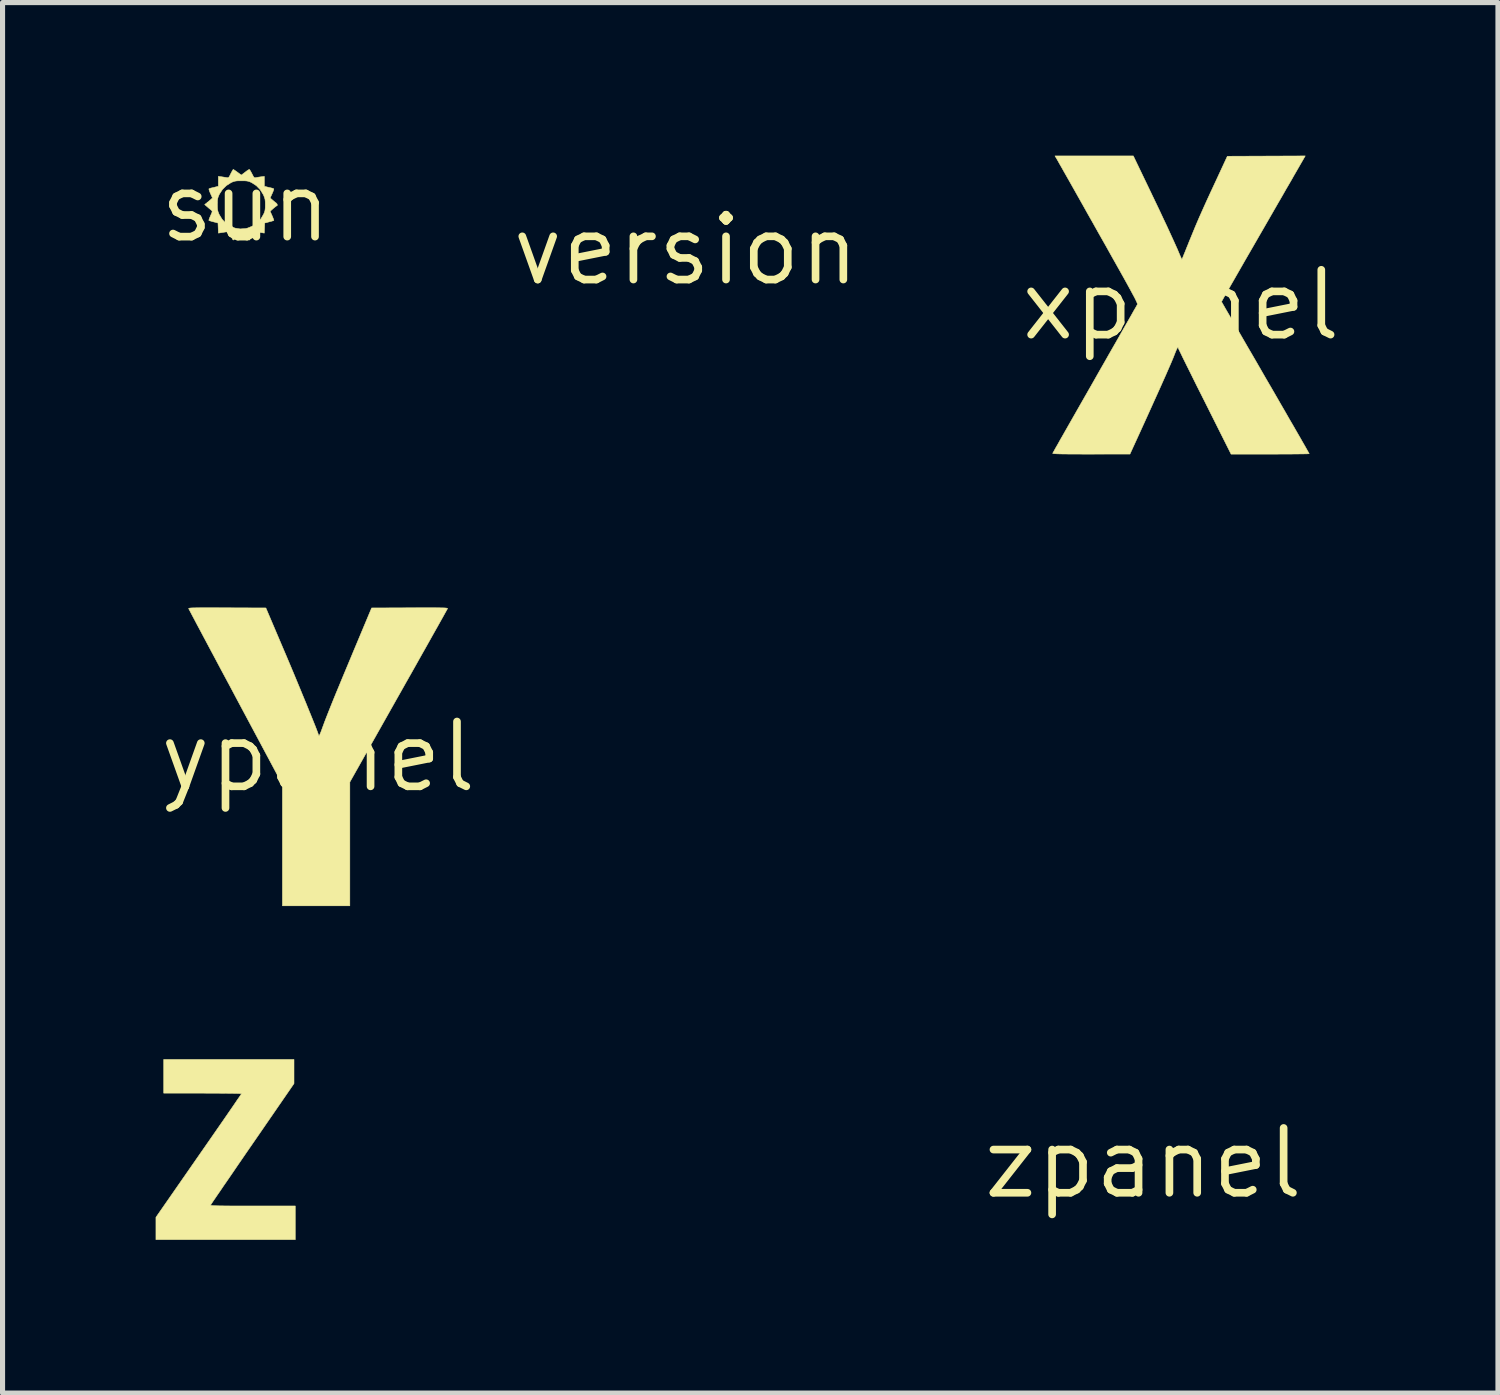
<source format=kicad_pcb>
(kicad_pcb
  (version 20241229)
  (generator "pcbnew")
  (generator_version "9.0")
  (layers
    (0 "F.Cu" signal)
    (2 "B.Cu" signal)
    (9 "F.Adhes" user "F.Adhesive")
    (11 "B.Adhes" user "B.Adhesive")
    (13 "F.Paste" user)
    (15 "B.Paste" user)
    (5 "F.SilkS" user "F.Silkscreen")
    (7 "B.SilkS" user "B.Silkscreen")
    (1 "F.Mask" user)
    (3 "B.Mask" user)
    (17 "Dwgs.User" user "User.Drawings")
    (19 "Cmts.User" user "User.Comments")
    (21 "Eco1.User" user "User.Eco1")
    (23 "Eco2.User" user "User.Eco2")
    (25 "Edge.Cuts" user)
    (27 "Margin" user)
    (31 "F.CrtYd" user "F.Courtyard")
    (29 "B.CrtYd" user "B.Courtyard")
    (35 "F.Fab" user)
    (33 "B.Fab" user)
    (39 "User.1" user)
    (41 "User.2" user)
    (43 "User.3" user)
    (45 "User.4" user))
  (footprint "zpanel"
    (layer "F.Cu")
    (at 19.347 19.739)
    (property "Reference" "zpanel" (at 0 0 0) (layer "F.SilkS") (effects (font (size 1.27 1.27) (thickness 0.15))))
    (attr through_hole)
    (fp_poly (pts (xy -16.637 -1.56) (xy -17.45 -0.38) (xy -17.558 -0.224) (xy -17.661 -0.074) (xy -17.759 0.069) (xy -17.851 0.204) (xy -17.937 0.329) (xy -18.015 0.442) (xy -18.084 0.544) (xy -18.144 0.631) (xy -18.194 0.704) (xy -18.232 0.76) (xy -18.257 0.799) (xy -18.27 0.818) (xy -18.271 0.82) (xy -18.27 0.823) (xy -18.262 0.827) (xy -18.247 0.829) (xy -18.221 0.832) (xy -18.184 0.833) (xy -18.133 0.835) (xy -18.068 0.836) (xy -17.986 0.837) (xy -17.885 0.838) (xy -17.764 0.838) (xy -17.621 0.838) (xy -17.455 0.838) (xy -17.445 0.838) (xy -16.612 0.838) (xy -16.612 1.499) (xy -19.342 1.499) (xy -19.342 1.06) (xy -18.504 -0.146) (xy -18.395 -0.303) (xy -18.29 -0.454) (xy -18.19 -0.598) (xy -18.096 -0.734) (xy -18.009 -0.859) (xy -17.93 -0.974) (xy -17.859 -1.077) (xy -17.798 -1.166) (xy -17.748 -1.24) (xy -17.708 -1.297) (xy -17.681 -1.337) (xy -17.667 -1.359) (xy -17.666 -1.362) (xy -17.678 -1.363) (xy -17.714 -1.365) (xy -17.77 -1.367) (xy -17.845 -1.368) (xy -17.937 -1.369) (xy -18.044 -1.37) (xy -18.163 -1.371) (xy -18.291 -1.371) (xy -18.428 -1.372) (xy -19.19 -1.372) (xy -19.19 -2.032) (xy -16.637 -2.032) (xy -16.637 -1.56)) (stroke (width 0.01) (type solid)) (fill yes) (layer "F.SilkS")))
  (footprint "ypanel"
    (layer "F.Cu")
    (at 3.182 11.776)
    (property "Reference" "ypanel" (at 0 0 0) (layer "F.SilkS") (effects (font (size 1.27 1.27) (thickness 0.15))))
    (attr through_hole)
    (fp_poly (pts (xy -2.11 -2.919) (xy -1.981 -2.919) (xy -1.83 -2.918) (xy -1.783 -2.918) (xy -1.023 -2.915) (xy -0.677 -2.102) (xy -0.613 -1.952) (xy -0.548 -1.798) (xy -0.483 -1.643) (xy -0.419 -1.489) (xy -0.356 -1.337) (xy -0.296 -1.191) (xy -0.238 -1.051) (xy -0.185 -0.92) (xy -0.136 -0.8) (xy -0.093 -0.693) (xy -0.056 -0.601) (xy -0.027 -0.526) (xy -0.006 -0.47) (xy 0.006 -0.435) (xy 0.006 -0.434) (xy 0.012 -0.418) (xy 0.019 -0.414) (xy 0.028 -0.424) (xy 0.041 -0.452) (xy 0.06 -0.498) (xy 0.082 -0.559) (xy 0.105 -0.621) (xy 0.129 -0.687) (xy 0.157 -0.759) (xy 0.188 -0.838) (xy 0.223 -0.926) (xy 0.262 -1.024) (xy 0.306 -1.133) (xy 0.356 -1.255) (xy 0.413 -1.392) (xy 0.476 -1.545) (xy 0.547 -1.715) (xy 0.626 -1.904) (xy 0.713 -2.113) (xy 0.81 -2.344) (xy 0.823 -2.375) (xy 1.049 -2.915) (xy 1.796 -2.918) (xy 1.954 -2.919) (xy 2.088 -2.919) (xy 2.201 -2.919) (xy 2.293 -2.919) (xy 2.368 -2.918) (xy 2.426 -2.917) (xy 2.47 -2.916) (xy 2.501 -2.914) (xy 2.521 -2.911) (xy 2.532 -2.908) (xy 2.536 -2.905) (xy 2.536 -2.903) (xy 2.529 -2.89) (xy 2.51 -2.856) (xy 2.48 -2.802) (xy 2.44 -2.73) (xy 2.39 -2.641) (xy 2.331 -2.535) (xy 2.263 -2.415) (xy 2.188 -2.281) (xy 2.106 -2.135) (xy 2.017 -1.978) (xy 1.923 -1.81) (xy 1.824 -1.634) (xy 1.72 -1.451) (xy 1.613 -1.261) (xy 1.575 -1.194) (xy 0.622 0.496) (xy 0.622 2.921) (xy -0.699 2.921) (xy -0.699 1.732) (xy -0.699 0.542) (xy -1.613 -1.169) (xy -1.716 -1.363) (xy -1.817 -1.551) (xy -1.914 -1.732) (xy -2.006 -1.905) (xy -2.093 -2.068) (xy -2.174 -2.22) (xy -2.249 -2.361) (xy -2.316 -2.487) (xy -2.376 -2.599) (xy -2.427 -2.696) (xy -2.469 -2.775) (xy -2.501 -2.836) (xy -2.523 -2.878) (xy -2.534 -2.898) (xy -2.535 -2.9) (xy -2.535 -2.905) (xy -2.531 -2.908) (xy -2.52 -2.911) (xy -2.501 -2.914) (xy -2.472 -2.916) (xy -2.43 -2.917) (xy -2.376 -2.918) (xy -2.305 -2.919) (xy -2.217 -2.919) (xy -2.11 -2.919)) (stroke (width 0.01) (type solid)) (fill yes) (layer "F.SilkS")))
  (footprint "xpanel"
    (layer "F.Cu")
    (at 20.085 2.926)
    (property "Reference" "xpanel" (at 0 0 0) (layer "F.SilkS") (effects (font (size 1.27 1.27) (thickness 0.15))))
    (attr through_hole)
    (fp_poly (pts (xy 2.252 -2.6) (xy 2.219 -2.543) (xy 2.175 -2.465) (xy 2.12 -2.37) (xy 2.055 -2.259) (xy 1.984 -2.134) (xy 1.905 -1.998) (xy 1.821 -1.852) (xy 1.733 -1.699) (xy 1.642 -1.541) (xy 1.549 -1.38) (xy 1.455 -1.217) (xy 1.431 -1.175) (xy 1.342 -1.021) (xy 1.257 -0.874) (xy 1.177 -0.734) (xy 1.102 -0.603) (xy 1.033 -0.483) (xy 0.971 -0.375) (xy 0.917 -0.28) (xy 0.873 -0.201) (xy 0.837 -0.138) (xy 0.813 -0.094) (xy 0.799 -0.069) (xy 0.797 -0.064) (xy 0.804 -0.052) (xy 0.822 -0.02) (xy 0.852 0.032) (xy 0.892 0.102) (xy 0.943 0.188) (xy 1.002 0.291) (xy 1.069 0.407) (xy 1.144 0.537) (xy 1.226 0.679) (xy 1.314 0.831) (xy 1.408 0.992) (xy 1.506 1.161) (xy 1.607 1.337) (xy 1.657 1.424) (xy 1.761 1.602) (xy 1.861 1.775) (xy 1.956 1.94) (xy 2.047 2.097) (xy 2.131 2.244) (xy 2.21 2.379) (xy 2.281 2.503) (xy 2.344 2.612) (xy 2.398 2.707) (xy 2.443 2.785) (xy 2.477 2.846) (xy 2.501 2.888) (xy 2.513 2.91) (xy 2.515 2.913) (xy 2.502 2.914) (xy 2.467 2.916) (xy 2.41 2.917) (xy 2.335 2.918) (xy 2.243 2.919) (xy 2.136 2.92) (xy 2.018 2.92) (xy 1.889 2.921) (xy 1.752 2.921) (xy 1.749 2.921) (xy 0.984 2.921) (xy 0.467 1.889) (xy 0.391 1.738) (xy 0.318 1.593) (xy 0.25 1.456) (xy 0.187 1.328) (xy 0.129 1.212) (xy 0.078 1.109) (xy 0.034 1.02) (xy -0.001 0.947) (xy -0.028 0.892) (xy -0.045 0.856) (xy -0.051 0.842) (xy -0.051 0.841) (xy -0.054 0.825) (xy -0.063 0.831) (xy -0.08 0.861) (xy -0.103 0.914) (xy -0.132 0.988) (xy -0.155 1.046) (xy -0.189 1.127) (xy -0.233 1.228) (xy -0.287 1.352) (xy -0.352 1.498) (xy -0.427 1.666) (xy -0.513 1.856) (xy -0.609 2.069) (xy -0.716 2.305) (xy -0.807 2.505) (xy -0.997 2.92) (xy -1.757 2.921) (xy -1.921 2.921) (xy -2.06 2.92) (xy -2.178 2.92) (xy -2.275 2.919) (xy -2.353 2.918) (xy -2.413 2.916) (xy -2.457 2.914) (xy -2.488 2.912) (xy -2.505 2.909) (xy -2.511 2.906) (xy -2.511 2.905) (xy -2.504 2.892) (xy -2.485 2.859) (xy -2.456 2.806) (xy -2.415 2.735) (xy -2.366 2.647) (xy -2.307 2.544) (xy -2.24 2.426) (xy -2.166 2.296) (xy -2.085 2.154) (xy -1.998 2.001) (xy -1.906 1.84) (xy -1.81 1.672) (xy -1.71 1.497) (xy -1.686 1.454) (xy -1.586 1.278) (xy -1.488 1.107) (xy -1.395 0.943) (xy -1.306 0.788) (xy -1.223 0.643) (xy -1.147 0.508) (xy -1.078 0.387) (xy -1.016 0.279) (xy -0.963 0.186) (xy -0.92 0.109) (xy -0.886 0.051) (xy -0.864 0.011) (xy -0.853 -0.008) (xy -0.852 -0.009) (xy -0.851 -0.015) (xy -0.852 -0.024) (xy -0.856 -0.038) (xy -0.864 -0.057) (xy -0.876 -0.083) (xy -0.892 -0.117) (xy -0.914 -0.16) (xy -0.943 -0.213) (xy -0.978 -0.278) (xy -1.02 -0.355) (xy -1.07 -0.446) (xy -1.128 -0.551) (xy -1.196 -0.672) (xy -1.274 -0.811) (xy -1.362 -0.967) (xy -1.46 -1.143) (xy -1.571 -1.339) (xy -1.627 -1.438) (xy -1.725 -1.613) (xy -1.821 -1.782) (xy -1.912 -1.945) (xy -1.999 -2.099) (xy -2.08 -2.243) (xy -2.155 -2.376) (xy -2.223 -2.496) (xy -2.284 -2.603) (xy -2.335 -2.694) (xy -2.378 -2.769) (xy -2.41 -2.826) (xy -2.431 -2.863) (xy -2.441 -2.88) (xy -2.441 -2.88) (xy -2.466 -2.921) (xy -0.931 -2.921) (xy -0.609 -2.251) (xy -0.509 -2.042) (xy -0.419 -1.854) (xy -0.34 -1.685) (xy -0.269 -1.535) (xy -0.208 -1.402) (xy -0.154 -1.284) (xy -0.107 -1.18) (xy -0.066 -1.089) (xy -0.032 -1.008) (xy -0.031 -1.007) (xy -0.011 -0.958) (xy 0.007 -0.92) (xy 0.018 -0.897) (xy 0.021 -0.893) (xy 0.026 -0.905) (xy 0.04 -0.938) (xy 0.06 -0.988) (xy 0.087 -1.053) (xy 0.117 -1.129) (xy 0.152 -1.214) (xy 0.156 -1.226) (xy 0.199 -1.33) (xy 0.239 -1.428) (xy 0.278 -1.523) (xy 0.318 -1.617) (xy 0.36 -1.715) (xy 0.406 -1.818) (xy 0.456 -1.93) (xy 0.512 -2.054) (xy 0.576 -2.193) (xy 0.649 -2.35) (xy 0.696 -2.451) (xy 0.911 -2.915) (xy 1.674 -2.918) (xy 2.437 -2.921) (xy 2.252 -2.6)) (stroke (width 0.01) (type solid)) (fill yes) (layer "F.SilkS")))
  (footprint "sun"
    (layer "F.Cu")
    (at 1.761 1.006)
    (property "Reference" "sun" (at 0 0 0) (layer "F.SilkS") (effects (font (size 1.27 1.27) (thickness 0.15))))
    (attr through_hole)
    (fp_poly (pts (xy -0.228 -0.73) (xy -0.2 -0.711) (xy -0.163 -0.685) (xy -0.158 -0.681) (xy -0.083 -0.626) (xy -0.01 -0.681) (xy 0.026 -0.709) (xy 0.056 -0.728) (xy 0.072 -0.737) (xy 0.073 -0.737) (xy 0.083 -0.726) (xy 0.101 -0.698) (xy 0.122 -0.659) (xy 0.125 -0.653) (xy 0.147 -0.61) (xy 0.162 -0.585) (xy 0.176 -0.575) (xy 0.193 -0.574) (xy 0.207 -0.577) (xy 0.246 -0.584) (xy 0.293 -0.591) (xy 0.308 -0.593) (xy 0.368 -0.6) (xy 0.368 -0.407) (xy 0.417 -0.394) (xy 0.461 -0.383) (xy 0.503 -0.374) (xy 0.506 -0.373) (xy 0.536 -0.365) (xy 0.552 -0.356) (xy 0.553 -0.355) (xy 0.551 -0.34) (xy 0.54 -0.308) (xy 0.523 -0.267) (xy 0.52 -0.262) (xy 0.482 -0.177) (xy 0.529 -0.136) (xy 0.562 -0.108) (xy 0.59 -0.085) (xy 0.599 -0.079) (xy 0.616 -0.06) (xy 0.623 -0.039) (xy 0.617 -0.026) (xy 0.613 -0.025) (xy 0.599 -0.017) (xy 0.572 0.004) (xy 0.542 0.029) (xy 0.481 0.083) (xy 0.52 0.17) (xy 0.538 0.213) (xy 0.55 0.246) (xy 0.554 0.262) (xy 0.554 0.263) (xy 0.539 0.269) (xy 0.507 0.279) (xy 0.464 0.29) (xy 0.461 0.291) (xy 0.375 0.313) (xy 0.371 0.412) (xy 0.367 0.511) (xy 0.32 0.503) (xy 0.274 0.496) (xy 0.226 0.488) (xy 0.221 0.487) (xy 0.169 0.48) (xy 0.122 0.564) (xy 0.075 0.648) (xy -0.085 0.534) (xy -0.16 0.59) (xy -0.197 0.618) (xy -0.226 0.638) (xy -0.241 0.647) (xy -0.242 0.647) (xy -0.25 0.637) (xy -0.266 0.609) (xy -0.287 0.57) (xy -0.29 0.564) (xy -0.331 0.48) (xy -0.382 0.487) (xy -0.43 0.495) (xy -0.48 0.503) (xy -0.482 0.503) (xy -0.532 0.511) (xy -0.536 0.412) (xy -0.54 0.313) (xy -0.626 0.291) (xy -0.67 0.279) (xy -0.703 0.269) (xy -0.719 0.263) (xy -0.719 0.263) (xy -0.717 0.249) (xy -0.707 0.219) (xy -0.689 0.178) (xy -0.686 0.17) (xy -0.666 0.125) (xy -0.656 0.098) (xy -0.655 0.081) (xy -0.663 0.07) (xy -0.67 0.064) (xy -0.693 0.044) (xy -0.726 0.017) (xy -0.747 -0.002) (xy -0.801 -0.048) (xy -0.798 -0.051) (xy -0.552 -0.051) (xy -0.551 0.01) (xy -0.548 0.054) (xy -0.539 0.091) (xy -0.525 0.128) (xy -0.517 0.146) (xy -0.46 0.24) (xy -0.388 0.316) (xy -0.302 0.375) (xy -0.207 0.413) (xy -0.106 0.429) (xy -0.002 0.422) (xy 0.035 0.414) (xy 0.135 0.374) (xy 0.223 0.314) (xy 0.298 0.235) (xy 0.353 0.142) (xy 0.371 0.101) (xy 0.381 0.063) (xy 0.386 0.018) (xy 0.387 -0.043) (xy 0.387 -0.044) (xy 0.386 -0.103) (xy 0.382 -0.147) (xy 0.372 -0.184) (xy 0.356 -0.225) (xy 0.347 -0.244) (xy 0.288 -0.339) (xy 0.212 -0.418) (xy 0.119 -0.478) (xy 0.117 -0.479) (xy 0.08 -0.496) (xy 0.047 -0.506) (xy 0.01 -0.512) (xy -0.039 -0.514) (xy -0.083 -0.514) (xy -0.144 -0.514) (xy -0.188 -0.51) (xy -0.222 -0.503) (xy -0.256 -0.491) (xy -0.286 -0.477) (xy -0.376 -0.42) (xy -0.453 -0.344) (xy -0.511 -0.255) (xy -0.515 -0.247) (xy -0.533 -0.207) (xy -0.544 -0.172) (xy -0.55 -0.133) (xy -0.552 -0.081) (xy -0.552 -0.051) (xy -0.798 -0.051) (xy -0.769 -0.073) (xy -0.739 -0.098) (xy -0.703 -0.128) (xy -0.693 -0.137) (xy -0.648 -0.177) (xy -0.686 -0.261) (xy -0.704 -0.303) (xy -0.715 -0.337) (xy -0.718 -0.354) (xy -0.718 -0.355) (xy -0.702 -0.364) (xy -0.673 -0.373) (xy -0.671 -0.373) (xy -0.63 -0.382) (xy -0.585 -0.394) (xy -0.582 -0.394) (xy -0.533 -0.407) (xy -0.533 -0.6) (xy -0.473 -0.593) (xy -0.427 -0.586) (xy -0.383 -0.579) (xy -0.372 -0.577) (xy -0.351 -0.574) (xy -0.335 -0.578) (xy -0.321 -0.593) (xy -0.304 -0.624) (xy -0.29 -0.653) (xy -0.269 -0.693) (xy -0.252 -0.723) (xy -0.242 -0.736) (xy -0.241 -0.737) (xy -0.228 -0.73)) (stroke (width 0.01) (type solid)) (fill yes) (layer "F.SilkS")))
  (footprint "version"
    (layer "F.Cu")
    (at 10.388 1.847)
    (property "Reference" "version" (at 0 0 0) (layer "F.SilkS") (effects (font (size 1.27 1.27) (thickness 0.15))))
    (attr through_hole)
    (fp_poly (pts (xy -3.51 0.549) (xy -3.158 0.552) (xy -3.124 0.673) (xy -3.112 0.713) (xy -3.095 0.774) (xy -3.072 0.852) (xy -3.046 0.944) (xy -3.016 1.045) (xy -2.985 1.153) (xy -2.955 1.257) (xy -2.923 1.368) (xy -2.893 1.478) (xy -2.864 1.582) (xy -2.839 1.677) (xy -2.818 1.758) (xy -2.802 1.823) (xy -2.793 1.864) (xy -2.781 1.92) (xy -2.769 1.966) (xy -2.76 1.996) (xy -2.754 2.007) (xy -2.745 1.996) (xy -2.743 1.984) (xy -2.74 1.954) (xy -2.73 1.902) (xy -2.714 1.83) (xy -2.692 1.74) (xy -2.666 1.633) (xy -2.635 1.513) (xy -2.601 1.382) (xy -2.563 1.241) (xy -2.522 1.092) (xy -2.513 1.058) (xy -2.371 0.546) (xy -1.699 0.546) (xy -1.706 0.575) (xy -1.712 0.591) (xy -1.726 0.629) (xy -1.747 0.687) (xy -1.775 0.764) (xy -1.809 0.857) (xy -1.849 0.965) (xy -1.894 1.086) (xy -1.943 1.218) (xy -1.996 1.359) (xy -2.051 1.509) (xy -2.088 1.607) (xy -2.462 2.61) (xy -3.105 2.617) (xy -3.453 1.661) (xy -3.508 1.51) (xy -3.561 1.364) (xy -3.612 1.226) (xy -3.659 1.097) (xy -3.702 0.979) (xy -3.74 0.875) (xy -3.772 0.786) (xy -3.799 0.714) (xy -3.818 0.661) (xy -3.829 0.63) (xy -3.831 0.625) (xy -3.861 0.546) (xy -3.51 0.549)) (stroke (width 0.01) (type solid)) (fill yes) (layer "F.Mask"))
    (fp_poly (pts (xy 1.46 0.761) (xy 2 0.768) (xy 2.004 1.159) (xy 2.007 1.549) (xy 1.46 1.549) (xy 1.46 2.616) (xy 0.483 2.616) (xy 0.483 1.549) (xy -1.499 1.549) (xy -1.499 0.869) (xy -1.422 0.746) (xy -0.517 0.746) (xy -0.514 0.75) (xy -0.499 0.754) (xy -0.471 0.756) (xy -0.428 0.758) (xy -0.368 0.76) (xy -0.288 0.761) (xy -0.188 0.762) (xy -0.065 0.762) (xy -0.022 0.762) (xy 0.48 0.762) (xy 0.488 -0.054) (xy 0.489 -0.199) (xy 0.491 -0.338) (xy 0.493 -0.469) (xy 0.494 -0.591) (xy 0.496 -0.699) (xy 0.498 -0.793) (xy 0.5 -0.869) (xy 0.501 -0.925) (xy 0.503 -0.958) (xy 0.503 -0.962) (xy 0.505 -1.007) (xy 0.504 -1.039) (xy 0.5 -1.054) (xy 0.499 -1.054) (xy 0.491 -1.043) (xy 0.473 -1.012) (xy 0.447 -0.963) (xy 0.414 -0.899) (xy 0.375 -0.822) (xy 0.331 -0.736) (xy 0.289 -0.651) (xy 0.233 -0.54) (xy 0.182 -0.439) (xy 0.133 -0.346) (xy 0.084 -0.255) (xy 0.031 -0.162) (xy -0.026 -0.063) (xy -0.092 0.046) (xy -0.167 0.17) (xy -0.211 0.241) (xy -0.273 0.343) (xy -0.331 0.437) (xy -0.383 0.524) (xy -0.429 0.599) (xy -0.467 0.661) (xy -0.495 0.708) (xy -0.512 0.737) (xy -0.517 0.746) (xy -1.422 0.746) (xy 0.184 -1.841) (xy 1.46 -1.841) (xy 1.46 0.761)) (stroke (width 0.01) (type solid)) (fill yes) (layer "F.Mask")))
  (gr_rect
    (start -3 -3)
    (end 26.298 24.243)
    (stroke (width 0.1) (type default))
    (fill no)
    (layer "Edge.Cuts")))
</source>
